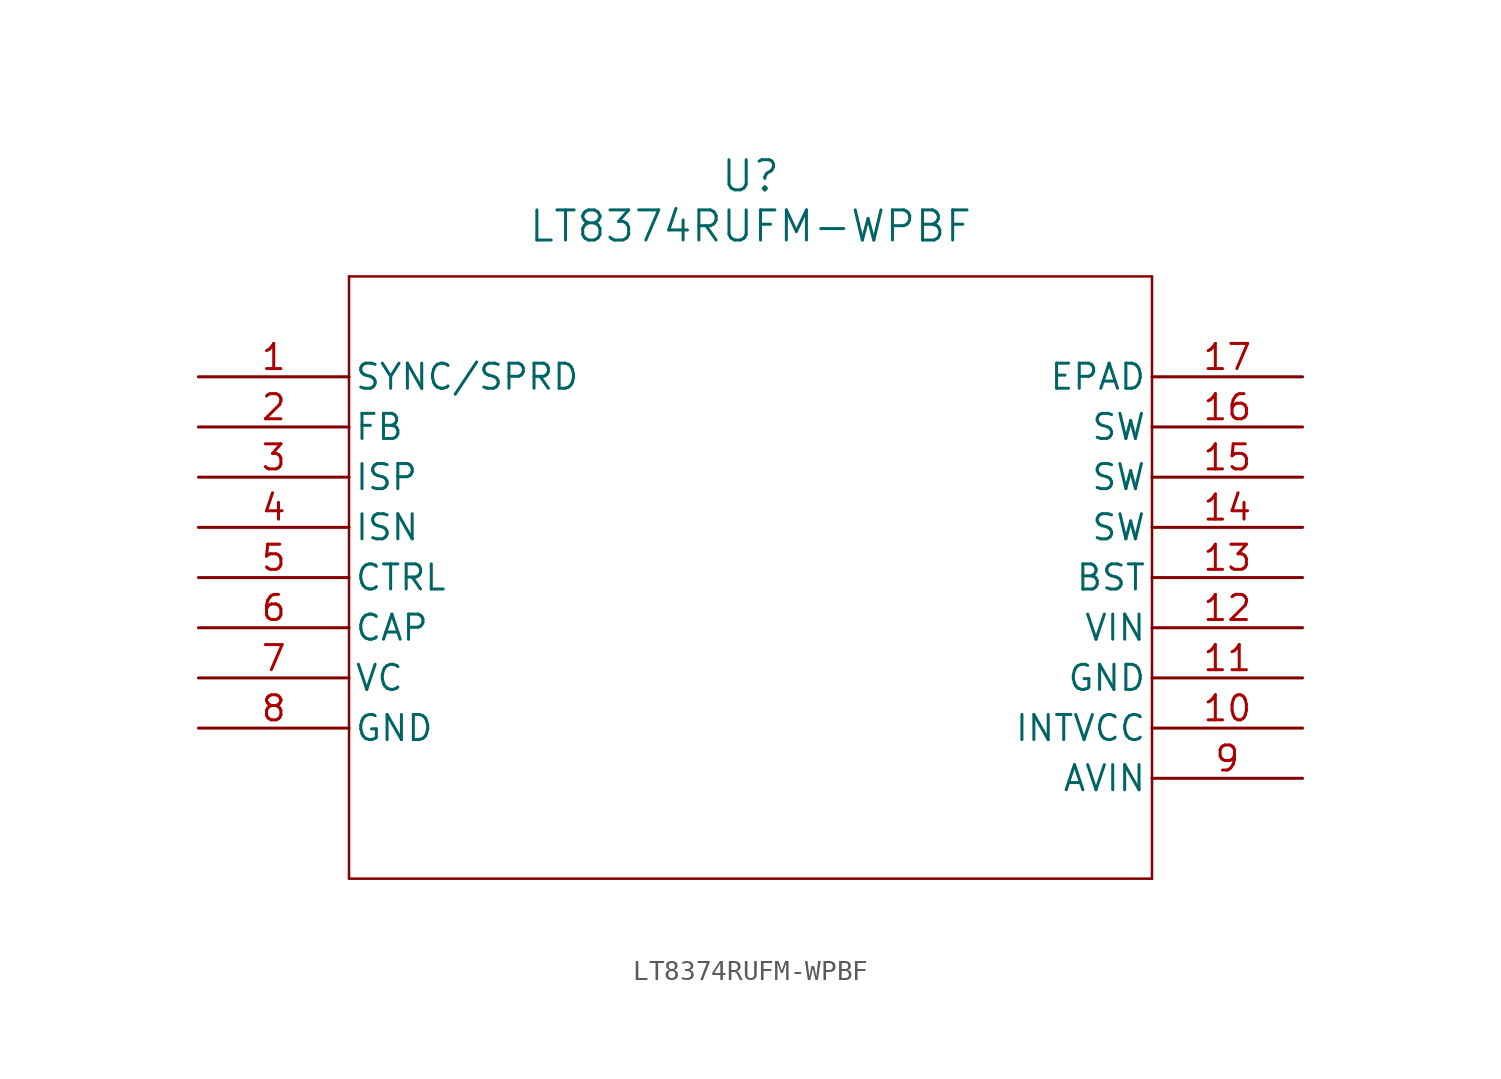
<source format=kicad_sym>
(kicad_symbol_lib
  (version 20211014)
  (generator kicad_symbol_editor)
  (symbol "LT8374RUFM-WPBF"
    (pin_names
      (offset 0.254))
    (property "Reference" "U"
      (at 27.94 10.16 0)
      (effects (font (size 1.524 1.524))))
    (property "Value" "LT8374RUFM-WPBF"
      (at 27.94 7.62 0)
      (effects (font (size 1.524 1.524))))
    (symbol "LT8374RUFM-WPBF_0_1"
      (polyline (pts (xy 7.62 5.08) (xy 7.62 -25.4)) (stroke (width 0.127) (type default) (color 0 0 0 0)) (fill (type none)))
      (polyline (pts (xy 7.62 -25.4) (xy 48.26 -25.4)) (stroke (width 0.127) (type default) (color 0 0 0 0)) (fill (type none)))
      (polyline (pts (xy 48.26 -25.4) (xy 48.26 5.08)) (stroke (width 0.127) (type default) (color 0 0 0 0)) (fill (type none)))
      (polyline (pts (xy 48.26 5.08) (xy 7.62 5.08)) (stroke (width 0.127) (type default) (color 0 0 0 0)) (fill (type none)))
      (pin unspecified line (at 0 0 0) (length 7.62) (name "SYNC/SPRD" (effects (font (size 1.27 1.27)))) (number "1" (effects (font (size 1.27 1.27)))))
      (pin unspecified line (at 0 -2.54 0) (length 7.62) (name "FB" (effects (font (size 1.27 1.27)))) (number "2" (effects (font (size 1.27 1.27)))))
      (pin unspecified line (at 0 -5.08 0) (length 7.62) (name "ISP" (effects (font (size 1.27 1.27)))) (number "3" (effects (font (size 1.27 1.27)))))
      (pin unspecified line (at 0 -7.62 0) (length 7.62) (name "ISN" (effects (font (size 1.27 1.27)))) (number "4" (effects (font (size 1.27 1.27)))))
      (pin unspecified line (at 0 -10.16 0) (length 7.62) (name "CTRL" (effects (font (size 1.27 1.27)))) (number "5" (effects (font (size 1.27 1.27)))))
      (pin unspecified line (at 0 -12.7 0) (length 7.62) (name "CAP" (effects (font (size 1.27 1.27)))) (number "6" (effects (font (size 1.27 1.27)))))
      (pin unspecified line (at 0 -15.24 0) (length 7.62) (name "VC" (effects (font (size 1.27 1.27)))) (number "7" (effects (font (size 1.27 1.27)))))
      (pin power_out line (at 0 -17.78 0) (length 7.62) (name "GND" (effects (font (size 1.27 1.27)))) (number "8" (effects (font (size 1.27 1.27)))))
      (pin input line (at 55.88 -20.32 180) (length 7.62) (name "AVIN" (effects (font (size 1.27 1.27)))) (number "9" (effects (font (size 1.27 1.27)))))
      (pin power_in line (at 55.88 -17.78 180) (length 7.62) (name "INTVCC" (effects (font (size 1.27 1.27)))) (number "10" (effects (font (size 1.27 1.27)))))
      (pin power_out line (at 55.88 -15.24 180) (length 7.62) (name "GND" (effects (font (size 1.27 1.27)))) (number "11" (effects (font (size 1.27 1.27)))))
      (pin input line (at 55.88 -12.7 180) (length 7.62) (name "VIN" (effects (font (size 1.27 1.27)))) (number "12" (effects (font (size 1.27 1.27)))))
      (pin unspecified line (at 55.88 -10.16 180) (length 7.62) (name "BST" (effects (font (size 1.27 1.27)))) (number "13" (effects (font (size 1.27 1.27)))))
      (pin unspecified line (at 55.88 -7.62 180) (length 7.62) (name "SW" (effects (font (size 1.27 1.27)))) (number "14" (effects (font (size 1.27 1.27)))))
      (pin unspecified line (at 55.88 -5.08 180) (length 7.62) (name "SW" (effects (font (size 1.27 1.27)))) (number "15" (effects (font (size 1.27 1.27)))))
      (pin unspecified line (at 55.88 -2.54 180) (length 7.62) (name "SW" (effects (font (size 1.27 1.27)))) (number "16" (effects (font (size 1.27 1.27)))))
      (pin power_out line (at 55.88 0 180) (length 7.62) (name "EPAD" (effects (font (size 1.27 1.27)))) (number "17" (effects (font (size 1.27 1.27))))))))
</source>
